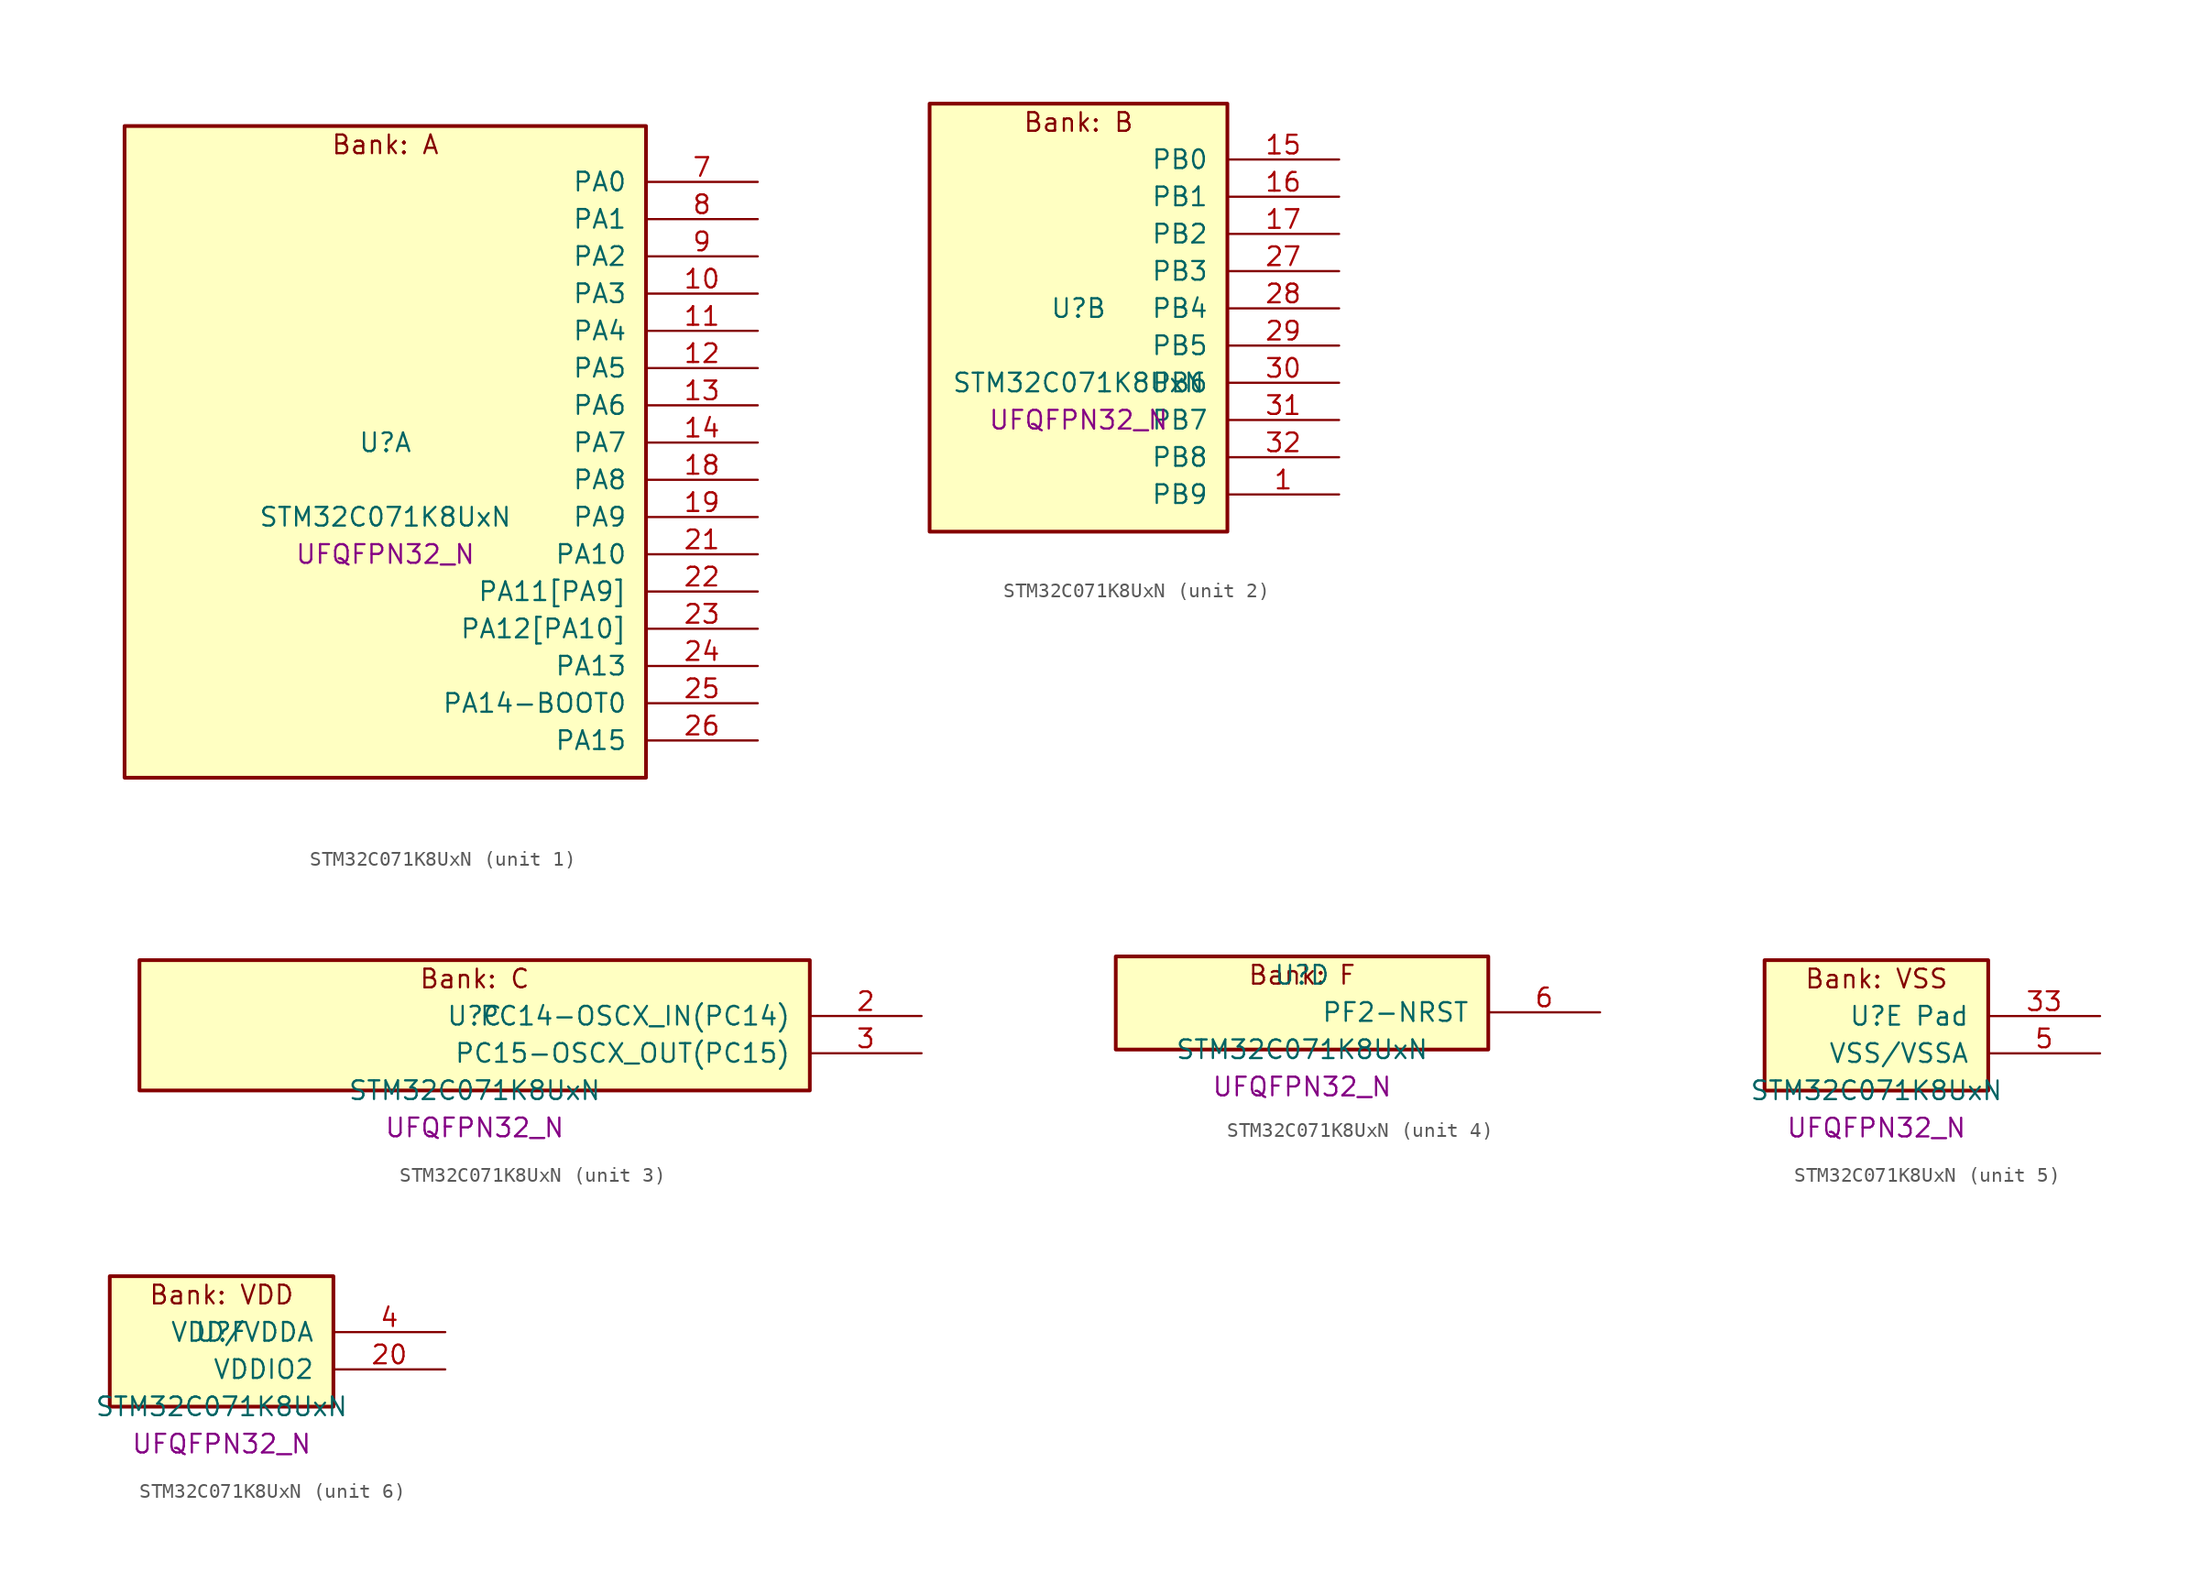
<source format=kicad_sym>
(kicad_symbol_lib
  (version 20241209)
  (generator "stm32_pkl_generator")
  (generator_version "1.0")
  (symbol "STM32C071K8UxN"
    (pin_names
      (offset 1.27))
    (property "Reference" "U"
      (at 0 2.54 0))
    (property "Value" "STM32C071K8UxN"
      (at 0 -2.54 0))
    (property "Footprint" "UFQFPN32_N"
      (at 0 -5.08 0))
    (symbol "STM32C071K8UxN_1_1"
      (rectangle (start -17.78 24.13) (end 17.78 -20.32) (stroke (width 0.254) (type solid)) (fill (type background)))
      (text "Bank: A" (at 0 22.86 0))
      (pin bidirectional line (at 25.4 20.32 180) (length 7.62) (name "PA0") (number "7") (alternate "PA0/ADC1_IN0" bidirectional line) (alternate "PA0/PWR_WKUP1" bidirectional line) (alternate "PA0/SPI2_SCK" bidirectional line) (alternate "PA0/TIM16_CH1" bidirectional line) (alternate "PA0/TIM1_CH1" bidirectional line) (alternate "PA0/TIM2_CH1" bidirectional line) (alternate "PA0/TIM2_ETR" bidirectional line) (alternate "PA0/USART1_TX" bidirectional line) (alternate "PA0/USART2_CTS" bidirectional line) (alternate "PA0/USART2_NSS" bidirectional line))
      (pin bidirectional line (at 25.4 17.78 180) (length 7.62) (name "PA1") (number "8") (alternate "PA1/ADC1_IN1" bidirectional line) (alternate "PA1/I2C1_SMBA" bidirectional line) (alternate "PA1/I2S1_CK" bidirectional line) (alternate "PA1/SPI1_SCK" bidirectional line) (alternate "PA1/TIM17_CH1" bidirectional line) (alternate "PA1/TIM1_CH2" bidirectional line) (alternate "PA1/TIM2_CH2" bidirectional line) (alternate "PA1/USART1_RX" bidirectional line) (alternate "PA1/USART2_CK" bidirectional line) (alternate "PA1/USART2_DE" bidirectional line) (alternate "PA1/USART2_RTS" bidirectional line))
      (pin bidirectional line (at 25.4 15.24 180) (length 7.62) (name "PA2") (number "9") (alternate "PA2/ADC1_IN2" bidirectional line) (alternate "PA2/I2S1_SD" bidirectional line) (alternate "PA2/PWR_WKUP4" bidirectional line) (alternate "PA2/RCC_LSCO" bidirectional line) (alternate "PA2/SPI1_MOSI" bidirectional line) (alternate "PA2/TIM16_CH1N" bidirectional line) (alternate "PA2/TIM1_CH3" bidirectional line) (alternate "PA2/TIM2_CH3" bidirectional line) (alternate "PA2/TIM3_ETR" bidirectional line) (alternate "PA2/USART2_TX" bidirectional line))
      (pin bidirectional line (at 25.4 12.7 180) (length 7.62) (name "PA3") (number "10") (alternate "PA3/ADC1_IN3" bidirectional line) (alternate "PA3/SPI2_MISO" bidirectional line) (alternate "PA3/TIM1_CH1N" bidirectional line) (alternate "PA3/TIM1_CH4" bidirectional line) (alternate "PA3/TIM2_CH4" bidirectional line) (alternate "PA3/USART2_RX" bidirectional line))
      (pin bidirectional line (at 25.4 10.16 180) (length 7.62) (name "PA4") (number "11") (alternate "PA4/ADC1_IN4" bidirectional line) (alternate "PA4/I2S1_WS" bidirectional line) (alternate "PA4/PWR_WKUP2" bidirectional line) (alternate "PA4/RTC_OUT1" bidirectional line) (alternate "PA4/RTC_TS" bidirectional line) (alternate "PA4/SPI1_NSS" bidirectional line) (alternate "PA4/SPI2_MOSI" bidirectional line) (alternate "PA4/TIM14_CH1" bidirectional line) (alternate "PA4/TIM17_CH1N" bidirectional line) (alternate "PA4/TIM1_CH2N" bidirectional line) (alternate "PA4/USART2_TX" bidirectional line) (alternate "PA4/USB_NOE" bidirectional line))
      (pin bidirectional line (at 25.4 7.62 180) (length 7.62) (name "PA5") (number "12") (alternate "PA5/ADC1_IN5" bidirectional line) (alternate "PA5/I2S1_CK" bidirectional line) (alternate "PA5/SPI1_SCK" bidirectional line) (alternate "PA5/TIM1_CH1" bidirectional line) (alternate "PA5/TIM1_CH3N" bidirectional line) (alternate "PA5/TIM2_CH1" bidirectional line) (alternate "PA5/TIM2_ETR" bidirectional line) (alternate "PA5/USART2_RX" bidirectional line))
      (pin bidirectional line (at 25.4 5.08 180) (length 7.62) (name "PA6") (number "13") (alternate "PA6/ADC1_IN6" bidirectional line) (alternate "PA6/I2C2_SDA" bidirectional line) (alternate "PA6/I2S1_MCK" bidirectional line) (alternate "PA6/SPI1_MISO" bidirectional line) (alternate "PA6/TIM16_CH1" bidirectional line) (alternate "PA6/TIM1_BKIN" bidirectional line) (alternate "PA6/TIM3_CH1" bidirectional line))
      (pin bidirectional line (at 25.4 2.54 180) (length 7.62) (name "PA7") (number "14") (alternate "PA7/ADC1_IN7" bidirectional line) (alternate "PA7/I2C2_SCL" bidirectional line) (alternate "PA7/I2S1_SD" bidirectional line) (alternate "PA7/SPI1_MOSI" bidirectional line) (alternate "PA7/TIM14_CH1" bidirectional line) (alternate "PA7/TIM17_CH1" bidirectional line) (alternate "PA7/TIM1_CH1N" bidirectional line) (alternate "PA7/TIM3_CH2" bidirectional line))
      (pin bidirectional line (at 25.4 0 180) (length 7.62) (name "PA8") (number "18") (alternate "PA8/ADC1_IN8" bidirectional line) (alternate "PA8/CRS_SYNC" bidirectional line) (alternate "PA8/I2S1_WS" bidirectional line) (alternate "PA8/RCC_MCO" bidirectional line) (alternate "PA8/RCC_MCO_2" bidirectional line) (alternate "PA8/SPI1_NSS" bidirectional line) (alternate "PA8/SPI2_MISO" bidirectional line) (alternate "PA8/SPI2_NSS" bidirectional line) (alternate "PA8/TIM14_CH1" bidirectional line) (alternate "PA8/TIM1_CH1" bidirectional line) (alternate "PA8/TIM1_CH2N" bidirectional line) (alternate "PA8/TIM1_CH3N" bidirectional line) (alternate "PA8/TIM3_CH3" bidirectional line) (alternate "PA8/TIM3_CH4" bidirectional line) (alternate "PA8/USART1_RX" bidirectional line) (alternate "PA8/USART2_TX" bidirectional line))
      (pin bidirectional line (at 25.4 -2.54 180) (length 7.62) (name "PA9") (number "19") (alternate "PA9/I2C1_SCL" bidirectional line) (alternate "PA9/I2C2_SCL" bidirectional line) (alternate "PA9/RCC_MCO" bidirectional line) (alternate "PA9/SPI2_MISO" bidirectional line) (alternate "PA9/TIM1_CH2" bidirectional line) (alternate "PA9/TIM3_ETR" bidirectional line) (alternate "PA9/USART1_TX" bidirectional line) (alternate "PA9/NC" bidirectional line))
      (pin bidirectional line (at 25.4 -5.08 180) (length 7.62) (name "PA10") (number "21") (alternate "PA10/I2C1_SDA" bidirectional line) (alternate "PA10/I2C2_SDA" bidirectional line) (alternate "PA10/RCC_MCO_2" bidirectional line) (alternate "PA10/SPI2_MOSI" bidirectional line) (alternate "PA10/TIM17_BKIN" bidirectional line) (alternate "PA10/TIM1_CH3" bidirectional line) (alternate "PA10/USART1_RX" bidirectional line) (alternate "PA10/NC" bidirectional line))
      (pin bidirectional line (at 25.4 -7.62 180) (length 7.62) (name "PA11[PA9]") (number "22") (alternate "PA11[PA9]/ADC1_EXTI11" bidirectional line) (alternate "PA11[PA9]/I2C2_SCL" bidirectional line) (alternate "PA11[PA9]/I2S1_MCK" bidirectional line) (alternate "PA11[PA9]/SPI1_MISO" bidirectional line) (alternate "PA11[PA9]/TIM1_BKIN2" bidirectional line) (alternate "PA11[PA9]/TIM1_CH4" bidirectional line) (alternate "PA11[PA9]/USART1_CTS" bidirectional line) (alternate "PA11[PA9]/USART1_NSS" bidirectional line) (alternate "PA11[PA9]/USB_DM" bidirectional line) (alternate "PA11[PA9]/PA9[PA11]" bidirectional line) (alternate "PA11[PA9]/I2C1_SCL" bidirectional line) (alternate "PA11[PA9]/RCC_MCO" bidirectional line) (alternate "PA11[PA9]/SPI2_MISO" bidirectional line) (alternate "PA11[PA9]/TIM1_CH2" bidirectional line) (alternate "PA11[PA9]/TIM3_ETR" bidirectional line) (alternate "PA11[PA9]/USART1_TX" bidirectional line))
      (pin bidirectional line (at 25.4 -10.16 180) (length 7.62) (name "PA12[PA10]") (number "23") (alternate "PA12[PA10]/I2C2_SDA" bidirectional line) (alternate "PA12[PA10]/I2S1_SD" bidirectional line) (alternate "PA12[PA10]/I2S_CKIN" bidirectional line) (alternate "PA12[PA10]/SPI1_MOSI" bidirectional line) (alternate "PA12[PA10]/TIM1_ETR" bidirectional line) (alternate "PA12[PA10]/USART1_CK" bidirectional line) (alternate "PA12[PA10]/USART1_DE" bidirectional line) (alternate "PA12[PA10]/USART1_RTS" bidirectional line) (alternate "PA12[PA10]/USB_DP" bidirectional line) (alternate "PA12[PA10]/PA10[PA12]" bidirectional line) (alternate "PA12[PA10]/I2C1_SDA" bidirectional line) (alternate "PA12[PA10]/RCC_MCO_2" bidirectional line) (alternate "PA12[PA10]/SPI2_MOSI" bidirectional line) (alternate "PA12[PA10]/TIM17_BKIN" bidirectional line) (alternate "PA12[PA10]/TIM1_CH3" bidirectional line) (alternate "PA12[PA10]/USART1_RX" bidirectional line))
      (pin bidirectional line (at 25.4 -12.7 180) (length 7.62) (name "PA13") (number "24") (alternate "PA13/ADC1_IN13" bidirectional line) (alternate "PA13/DEBUG_SWDIO" bidirectional line) (alternate "PA13/IR_OUT" bidirectional line) (alternate "PA13/TIM3_ETR" bidirectional line) (alternate "PA13/USART2_RX" bidirectional line) (alternate "PA13/USB_NOE" bidirectional line))
      (pin bidirectional line (at 25.4 -15.24 180) (length 7.62) (name "PA14-BOOT0") (number "25") (alternate "PA14-BOOT0/ADC1_IN14" bidirectional line) (alternate "PA14-BOOT0/DEBUG_SWCLK" bidirectional line) (alternate "PA14-BOOT0/I2S1_WS" bidirectional line) (alternate "PA14-BOOT0/RCC_MCO_2" bidirectional line) (alternate "PA14-BOOT0/SPI1_NSS" bidirectional line) (alternate "PA14-BOOT0/TIM1_CH1" bidirectional line) (alternate "PA14-BOOT0/USART1_CK" bidirectional line) (alternate "PA14-BOOT0/USART1_DE" bidirectional line) (alternate "PA14-BOOT0/USART1_RTS" bidirectional line) (alternate "PA14-BOOT0/USART2_RX" bidirectional line) (alternate "PA14-BOOT0/USART2_TX" bidirectional line))
      (pin bidirectional line (at 25.4 -17.78 180) (length 7.62) (name "PA15") (number "26") (alternate "PA15/I2S1_WS" bidirectional line) (alternate "PA15/RCC_MCO_2" bidirectional line) (alternate "PA15/SPI1_NSS" bidirectional line) (alternate "PA15/TIM1_CH1" bidirectional line) (alternate "PA15/TIM2_CH1" bidirectional line) (alternate "PA15/TIM2_ETR" bidirectional line) (alternate "PA15/USART1_CK" bidirectional line) (alternate "PA15/USART1_DE" bidirectional line) (alternate "PA15/USART1_RTS" bidirectional line) (alternate "PA15/USART2_RX" bidirectional line) (alternate "PA15/USB_NOE" bidirectional line)))
    (symbol "STM32C071K8UxN_2_1"
      (rectangle (start -10.16 16.51) (end 10.16 -12.7) (stroke (width 0.254) (type solid)) (fill (type background)))
      (text "Bank: B" (at 0 15.24 0))
      (pin bidirectional line (at 17.78 12.7 180) (length 7.62) (name "PB0") (number "15") (alternate "PB0/ADC1_IN17" bidirectional line) (alternate "PB0/I2S1_WS" bidirectional line) (alternate "PB0/SPI1_NSS" bidirectional line) (alternate "PB0/TIM1_CH2N" bidirectional line) (alternate "PB0/TIM3_CH3" bidirectional line))
      (pin bidirectional line (at 17.78 10.16 180) (length 7.62) (name "PB1") (number "16") (alternate "PB1/ADC1_IN18" bidirectional line) (alternate "PB1/TIM14_CH1" bidirectional line) (alternate "PB1/TIM1_CH2N" bidirectional line) (alternate "PB1/TIM1_CH3N" bidirectional line) (alternate "PB1/TIM3_CH4" bidirectional line))
      (pin bidirectional line (at 17.78 7.62 180) (length 7.62) (name "PB2") (number "17") (alternate "PB2/ADC1_IN19" bidirectional line) (alternate "PB2/RCC_MCO_2" bidirectional line) (alternate "PB2/SPI2_MISO" bidirectional line) (alternate "PB2/USART1_RX" bidirectional line))
      (pin bidirectional line (at 17.78 5.08 180) (length 7.62) (name "PB3") (number "27") (alternate "PB3/I2C2_SCL" bidirectional line) (alternate "PB3/I2S1_CK" bidirectional line) (alternate "PB3/SPI1_SCK" bidirectional line) (alternate "PB3/TIM1_CH2" bidirectional line) (alternate "PB3/TIM2_CH2" bidirectional line) (alternate "PB3/TIM3_CH2" bidirectional line) (alternate "PB3/USART1_CK" bidirectional line) (alternate "PB3/USART1_DE" bidirectional line) (alternate "PB3/USART1_RTS" bidirectional line))
      (pin bidirectional line (at 17.78 2.54 180) (length 7.62) (name "PB4") (number "28") (alternate "PB4/I2C2_SDA" bidirectional line) (alternate "PB4/I2S1_MCK" bidirectional line) (alternate "PB4/SPI1_MISO" bidirectional line) (alternate "PB4/TIM17_BKIN" bidirectional line) (alternate "PB4/TIM3_CH1" bidirectional line) (alternate "PB4/USART1_CTS" bidirectional line) (alternate "PB4/USART1_NSS" bidirectional line))
      (pin bidirectional line (at 17.78 0 180) (length 7.62) (name "PB5") (number "29") (alternate "PB5/I2C1_SMBA" bidirectional line) (alternate "PB5/I2S1_SD" bidirectional line) (alternate "PB5/PWR_WKUP6" bidirectional line) (alternate "PB5/SPI1_MOSI" bidirectional line) (alternate "PB5/TIM16_BKIN" bidirectional line) (alternate "PB5/TIM3_CH2" bidirectional line) (alternate "PB5/TIM3_CH3" bidirectional line))
      (pin bidirectional line (at 17.78 -2.54 180) (length 7.62) (name "PB6") (number "30") (alternate "PB6/I2C1_SCL" bidirectional line) (alternate "PB6/I2C1_SMBA" bidirectional line) (alternate "PB6/I2S1_CK" bidirectional line) (alternate "PB6/I2S1_MCK" bidirectional line) (alternate "PB6/I2S1_SD" bidirectional line) (alternate "PB6/PWR_WKUP3" bidirectional line) (alternate "PB6/SPI1_MISO" bidirectional line) (alternate "PB6/SPI1_MOSI" bidirectional line) (alternate "PB6/SPI1_SCK" bidirectional line) (alternate "PB6/SPI2_MISO" bidirectional line) (alternate "PB6/TIM16_BKIN" bidirectional line) (alternate "PB6/TIM16_CH1N" bidirectional line) (alternate "PB6/TIM17_BKIN" bidirectional line) (alternate "PB6/TIM1_CH2" bidirectional line) (alternate "PB6/TIM1_CH3" bidirectional line) (alternate "PB6/TIM3_CH1" bidirectional line) (alternate "PB6/TIM3_CH2" bidirectional line) (alternate "PB6/TIM3_CH3" bidirectional line) (alternate "PB6/USART1_CTS" bidirectional line) (alternate "PB6/USART1_NSS" bidirectional line) (alternate "PB6/USART1_TX" bidirectional line))
      (pin bidirectional line (at 17.78 -5.08 180) (length 7.62) (name "PB7") (number "31") (alternate "PB7/I2C1_SCL" bidirectional line) (alternate "PB7/I2C1_SDA" bidirectional line) (alternate "PB7/RTC_REFIN" bidirectional line) (alternate "PB7/SPI2_MOSI" bidirectional line) (alternate "PB7/TIM16_CH1" bidirectional line) (alternate "PB7/TIM17_CH1N" bidirectional line) (alternate "PB7/TIM1_CH4" bidirectional line) (alternate "PB7/TIM3_CH1" bidirectional line) (alternate "PB7/TIM3_CH4" bidirectional line) (alternate "PB7/USART1_RX" bidirectional line) (alternate "PB7/USART2_CTS" bidirectional line) (alternate "PB7/USART2_NSS" bidirectional line))
      (pin bidirectional line (at 17.78 -7.62 180) (length 7.62) (name "PB8") (number "32") (alternate "PB8/I2C1_SCL" bidirectional line) (alternate "PB8/SPI2_SCK" bidirectional line) (alternate "PB8/TIM16_CH1" bidirectional line) (alternate "PB8/TIM3_CH1" bidirectional line) (alternate "PB8/USART2_CTS" bidirectional line) (alternate "PB8/USART2_NSS" bidirectional line))
      (pin bidirectional line (at 17.78 -10.16 180) (length 7.62) (name "PB9") (number "1") (alternate "PB9/I2C1_SDA" bidirectional line) (alternate "PB9/IR_OUT" bidirectional line) (alternate "PB9/SPI2_NSS" bidirectional line) (alternate "PB9/TIM17_CH1" bidirectional line) (alternate "PB9/TIM3_CH2" bidirectional line) (alternate "PB9/USART2_CK" bidirectional line) (alternate "PB9/USART2_DE" bidirectional line) (alternate "PB9/USART2_RTS" bidirectional line)))
    (symbol "STM32C071K8UxN_3_1"
      (rectangle (start -22.86 6.35) (end 22.86 -2.54) (stroke (width 0.254) (type solid)) (fill (type background)))
      (text "Bank: C" (at 0 5.08 0))
      (pin bidirectional line (at 30.48 2.54 180) (length 7.62) (name "PC14-OSCX_IN(PC14)") (number "2") (alternate "PC14-OSCX_IN(PC14)/I2C1_SDA" bidirectional line) (alternate "PC14-OSCX_IN(PC14)/IR_OUT" bidirectional line) (alternate "PC14-OSCX_IN(PC14)/RCC_OSCX_IN" bidirectional line) (alternate "PC14-OSCX_IN(PC14)/SPI2_NSS" bidirectional line) (alternate "PC14-OSCX_IN(PC14)/TIM17_CH1" bidirectional line) (alternate "PC14-OSCX_IN(PC14)/TIM1_BKIN2" bidirectional line) (alternate "PC14-OSCX_IN(PC14)/TIM1_ETR" bidirectional line) (alternate "PC14-OSCX_IN(PC14)/TIM3_CH2" bidirectional line) (alternate "PC14-OSCX_IN(PC14)/USART1_TX" bidirectional line) (alternate "PC14-OSCX_IN(PC14)/USART2_CK" bidirectional line) (alternate "PC14-OSCX_IN(PC14)/USART2_DE" bidirectional line) (alternate "PC14-OSCX_IN(PC14)/USART2_RTS" bidirectional line))
      (pin bidirectional line (at 30.48 0 180) (length 7.62) (name "PC15-OSCX_OUT(PC15)") (number "3") (alternate "PC15-OSCX_OUT(PC15)/RCC_OSC32_EN" bidirectional line) (alternate "PC15-OSCX_OUT(PC15)/RCC_OSCX_OUT" bidirectional line) (alternate "PC15-OSCX_OUT(PC15)/RCC_OSC_EN" bidirectional line) (alternate "PC15-OSCX_OUT(PC15)/TIM1_ETR" bidirectional line) (alternate "PC15-OSCX_OUT(PC15)/TIM3_CH3" bidirectional line)))
    (symbol "STM32C071K8UxN_4_1"
      (rectangle (start -12.7 3.81) (end 12.7 -2.54) (stroke (width 0.254) (type solid)) (fill (type background)))
      (text "Bank: F" (at 0 2.54 0))
      (pin bidirectional line (at 20.32 0 180) (length 7.62) (name "PF2-NRST") (number "6") (alternate "PF2-NRST/RCC_MCO" bidirectional line) (alternate "PF2-NRST/TIM1_CH4" bidirectional line)))
    (symbol "STM32C071K8UxN_5_1"
      (rectangle (start -7.62 6.35) (end 7.62 -2.54) (stroke (width 0.254) (type solid)) (fill (type background)))
      (text "Bank: VSS" (at 0 5.08 0))
      (pin passive line (at 15.24 2.54 180) (length 7.62) (name "Pad") (number "33"))
      (pin power_in line (at 15.24 0 180) (length 7.62) (name "VSS/VSSA") (number "5")))
    (symbol "STM32C071K8UxN_6_1"
      (rectangle (start -7.62 6.35) (end 7.62 -2.54) (stroke (width 0.254) (type solid)) (fill (type background)))
      (text "Bank: VDD" (at 0 5.08 0))
      (pin power_in line (at 15.24 2.54 180) (length 7.62) (name "VDD/VDDA") (number "4"))
      (pin power_in line (at 15.24 0 180) (length 7.62) (name "VDDIO2") (number "20")))))
</source>
